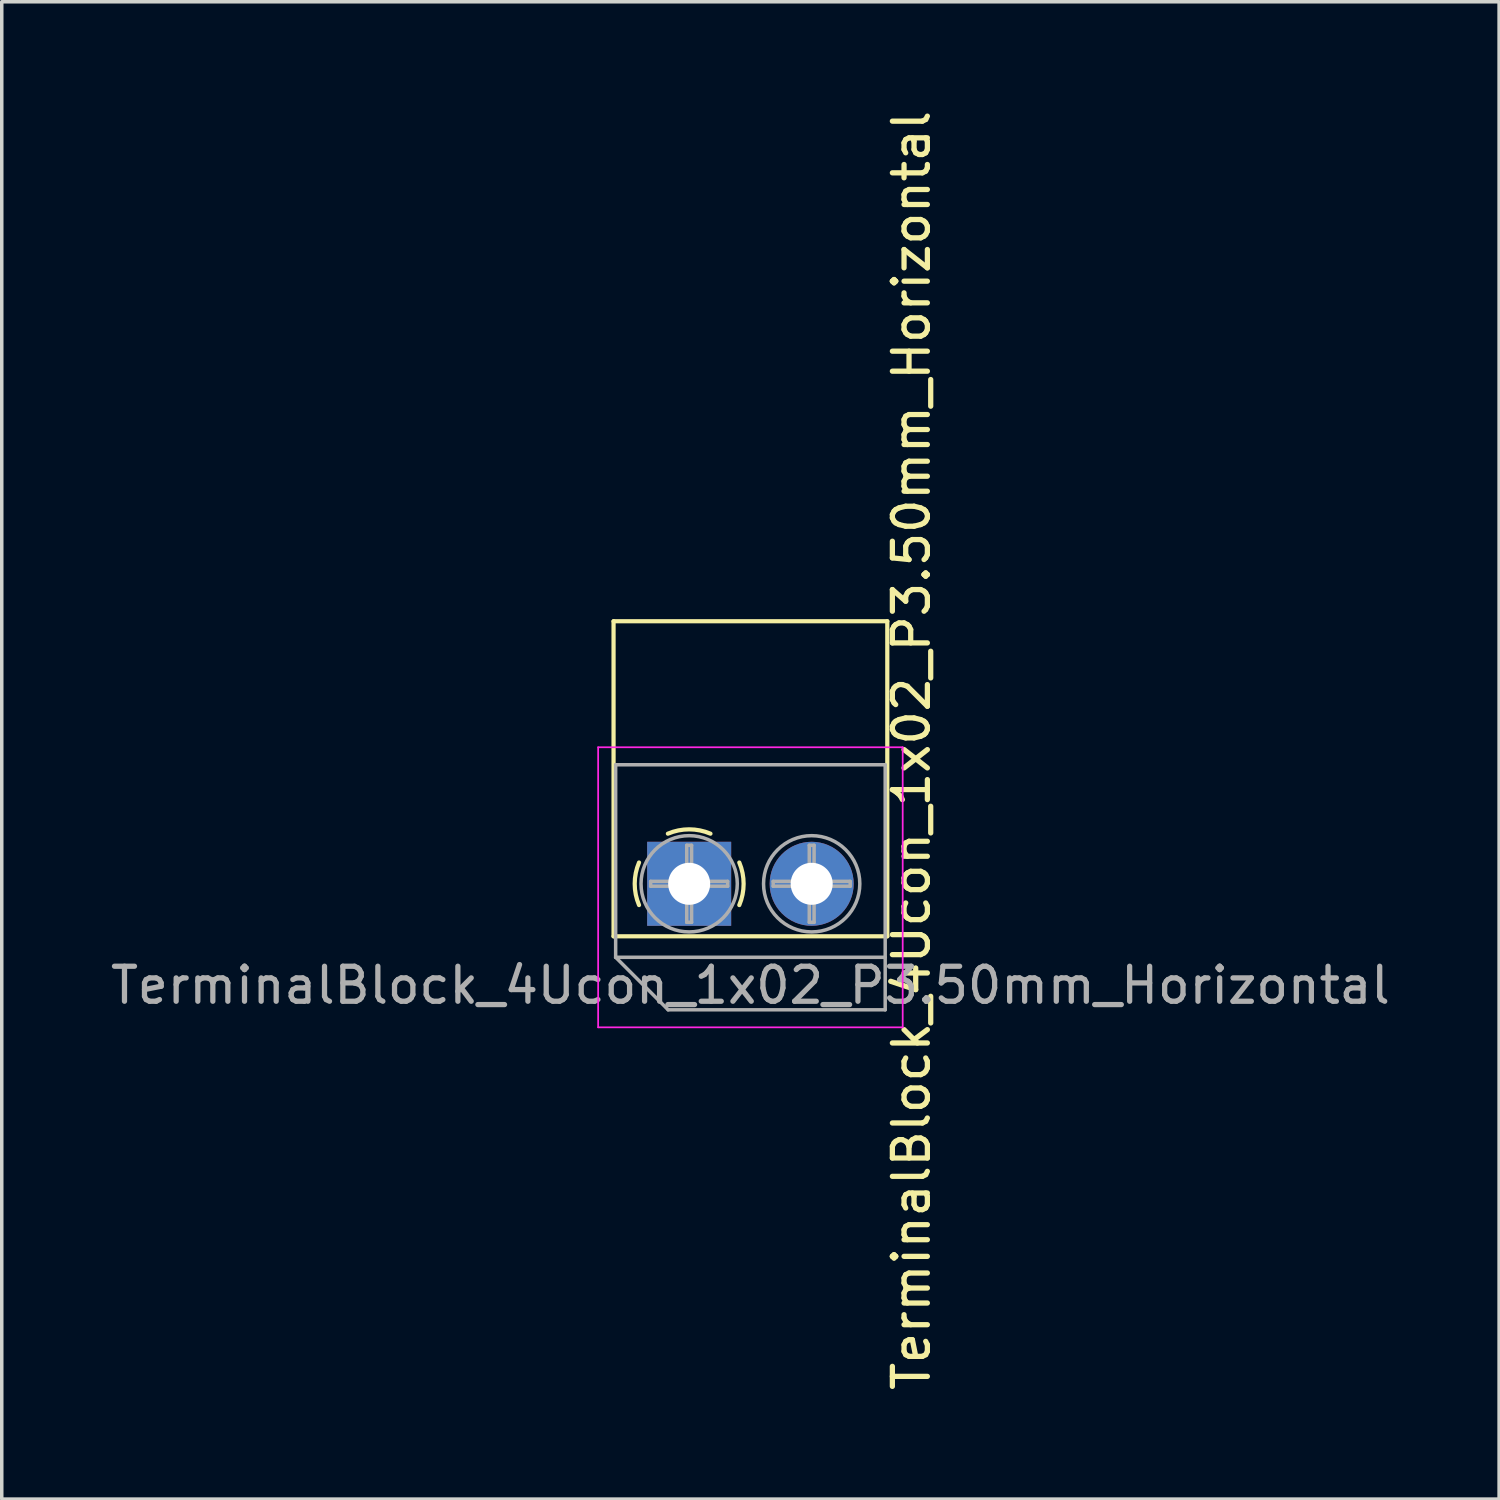
<source format=kicad_pcb>
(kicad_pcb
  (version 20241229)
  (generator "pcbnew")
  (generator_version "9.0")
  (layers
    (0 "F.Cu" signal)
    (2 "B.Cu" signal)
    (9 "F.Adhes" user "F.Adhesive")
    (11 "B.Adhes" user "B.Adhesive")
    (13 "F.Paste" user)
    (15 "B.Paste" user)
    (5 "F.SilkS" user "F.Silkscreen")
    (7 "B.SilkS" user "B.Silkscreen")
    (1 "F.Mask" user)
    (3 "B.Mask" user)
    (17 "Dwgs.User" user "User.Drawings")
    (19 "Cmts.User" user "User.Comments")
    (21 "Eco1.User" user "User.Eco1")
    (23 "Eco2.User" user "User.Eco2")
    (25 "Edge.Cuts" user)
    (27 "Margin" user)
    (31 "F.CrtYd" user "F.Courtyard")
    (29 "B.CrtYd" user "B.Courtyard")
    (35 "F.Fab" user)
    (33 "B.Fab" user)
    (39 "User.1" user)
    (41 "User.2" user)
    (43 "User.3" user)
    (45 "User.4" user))
  (footprint "TerminalBlock_4Ucon_1x02_P3.50mm_Horizontal"
    (layer "F.Cu")
    (at 16.637 22.197)
    (property "Reference" "TerminalBlock_4Ucon_1x02_P3.50mm_Horizontal" (at 6.35 -3.81 270) (layer "F.SilkS") (effects (font (size 1 1) (thickness 0.15))))
    (attr through_hole)
    (fp_line (start -2.16 -7.5) (end -2.16 1.5) (stroke (width 0.12) (type solid)) (layer "F.SilkS"))
    (fp_line (start -2.16 -7.5) (end 5.66 -7.5) (stroke (width 0.12) (type solid)) (layer "F.SilkS"))
    (fp_line (start -2.16 1.5) (end 5.66 1.5) (stroke (width 0.12) (type solid)) (layer "F.SilkS"))
    (fp_line (start 5.66 -7.5) (end 5.66 1.5) (stroke (width 0.12) (type solid)) (layer "F.SilkS"))
    (fp_arc (start -1.432109 0.607742) (mid -1.555727 -0.00014) (end -1.432 -0.608) (stroke (width 0.12) (type solid)) (layer "F.SilkS"))
    (fp_arc (start -0.607742 -1.432109) (mid 0.00014 -1.555727) (end 0.608 -1.432) (stroke (width 0.12) (type solid)) (layer "F.SilkS"))
    (fp_arc (start 1.432109 -0.607742) (mid 1.555727 0.00014) (end 1.432 0.608) (stroke (width 0.12) (type solid)) (layer "F.SilkS"))
    (fp_line (start -2.6 -3.9) (end -2.6 4.1) (stroke (width 0.05) (type solid)) (layer "F.CrtYd"))
    (fp_line (start -2.6 4.1) (end 6.1 4.1) (stroke (width 0.05) (type solid)) (layer "F.CrtYd"))
    (fp_line (start 6.1 -3.9) (end -2.6 -3.9) (stroke (width 0.05) (type solid)) (layer "F.CrtYd"))
    (fp_line (start 6.1 4.1) (end 6.1 -3.9) (stroke (width 0.05) (type solid)) (layer "F.CrtYd"))
    (fp_line (start -2.1 -3.4) (end 5.6 -3.4) (stroke (width 0.1) (type solid)) (layer "F.Fab"))
    (fp_line (start -2.1 2.1) (end -2.1 -3.4) (stroke (width 0.1) (type solid)) (layer "F.Fab"))
    (fp_line (start -2.1 2.1) (end 5.6 2.1) (stroke (width 0.1) (type solid)) (layer "F.Fab"))
    (fp_line (start -1.1 -0.069) (end -0.069 -0.069) (stroke (width 0.1) (type solid)) (layer "F.Fab"))
    (fp_line (start -1.1 0.069) (end -1.1 -0.069) (stroke (width 0.1) (type solid)) (layer "F.Fab"))
    (fp_line (start -0.6 3.6) (end -2.1 2.1) (stroke (width 0.1) (type solid)) (layer "F.Fab"))
    (fp_line (start -0.069 -1.1) (end 0.069 -1.1) (stroke (width 0.1) (type solid)) (layer "F.Fab"))
    (fp_line (start -0.069 -0.069) (end -0.069 -1.1) (stroke (width 0.1) (type solid)) (layer "F.Fab"))
    (fp_line (start -0.069 0.069) (end -1.1 0.069) (stroke (width 0.1) (type solid)) (layer "F.Fab"))
    (fp_line (start -0.069 1.1) (end -0.069 0.069) (stroke (width 0.1) (type solid)) (layer "F.Fab"))
    (fp_line (start 0.069 -1.1) (end 0.069 -0.069) (stroke (width 0.1) (type solid)) (layer "F.Fab"))
    (fp_line (start 0.069 -0.069) (end 1.1 -0.069) (stroke (width 0.1) (type solid)) (layer "F.Fab"))
    (fp_line (start 0.069 0.069) (end 0.069 1.1) (stroke (width 0.1) (type solid)) (layer "F.Fab"))
    (fp_line (start 0.069 1.1) (end -0.069 1.1) (stroke (width 0.1) (type solid)) (layer "F.Fab"))
    (fp_line (start 1.1 -0.069) (end 1.1 0.069) (stroke (width 0.1) (type solid)) (layer "F.Fab"))
    (fp_line (start 1.1 0.069) (end 0.069 0.069) (stroke (width 0.1) (type solid)) (layer "F.Fab"))
    (fp_line (start 2.4 -0.069) (end 3.431 -0.069) (stroke (width 0.1) (type solid)) (layer "F.Fab"))
    (fp_line (start 2.4 0.069) (end 2.4 -0.069) (stroke (width 0.1) (type solid)) (layer "F.Fab"))
    (fp_line (start 3.431 -1.1) (end 3.569 -1.1) (stroke (width 0.1) (type solid)) (layer "F.Fab"))
    (fp_line (start 3.431 -0.069) (end 3.431 -1.1) (stroke (width 0.1) (type solid)) (layer "F.Fab"))
    (fp_line (start 3.431 0.069) (end 2.4 0.069) (stroke (width 0.1) (type solid)) (layer "F.Fab"))
    (fp_line (start 3.431 1.1) (end 3.431 0.069) (stroke (width 0.1) (type solid)) (layer "F.Fab"))
    (fp_line (start 3.569 -1.1) (end 3.569 -0.069) (stroke (width 0.1) (type solid)) (layer "F.Fab"))
    (fp_line (start 3.569 -0.069) (end 4.6 -0.069) (stroke (width 0.1) (type solid)) (layer "F.Fab"))
    (fp_line (start 3.569 0.069) (end 3.569 1.1) (stroke (width 0.1) (type solid)) (layer "F.Fab"))
    (fp_line (start 3.569 1.1) (end 3.431 1.1) (stroke (width 0.1) (type solid)) (layer "F.Fab"))
    (fp_line (start 4.6 -0.069) (end 4.6 0.069) (stroke (width 0.1) (type solid)) (layer "F.Fab"))
    (fp_line (start 4.6 0.069) (end 3.569 0.069) (stroke (width 0.1) (type solid)) (layer "F.Fab"))
    (fp_line (start 5.6 -3.4) (end 5.6 3.6) (stroke (width 0.1) (type solid)) (layer "F.Fab"))
    (fp_line (start 5.6 3.6) (end -0.6 3.6) (stroke (width 0.1) (type solid)) (layer "F.Fab"))
    (fp_circle (center 0 0) (end 1.375 0) (stroke (width 0.1) (type solid)) (fill no) (layer "F.Fab"))
    (fp_circle (center 3.5 0) (end 4.875 0) (stroke (width 0.1) (type solid)) (fill no) (layer "F.Fab"))
    (fp_text user "${REFERENCE}" (at 1.75 2.9 180) (layer "F.Fab") (effects (font (size 1 1) (thickness 0.15))))
    (pad "1" thru_hole rect (at 0 0) (size 2.4 2.4) (drill 1.2) (layers "*.Cu" "*.Mask"))
    (pad "2" thru_hole circle (at 3.5 0) (size 2.4 2.4) (drill 1.2) (layers "*.Cu" "*.Mask")))
  (gr_rect
    (start -3 -3)
    (end 39.774 39.774)
    (stroke (width 0.1) (type default))
    (fill no)
    (layer "Edge.Cuts")))
</source>
